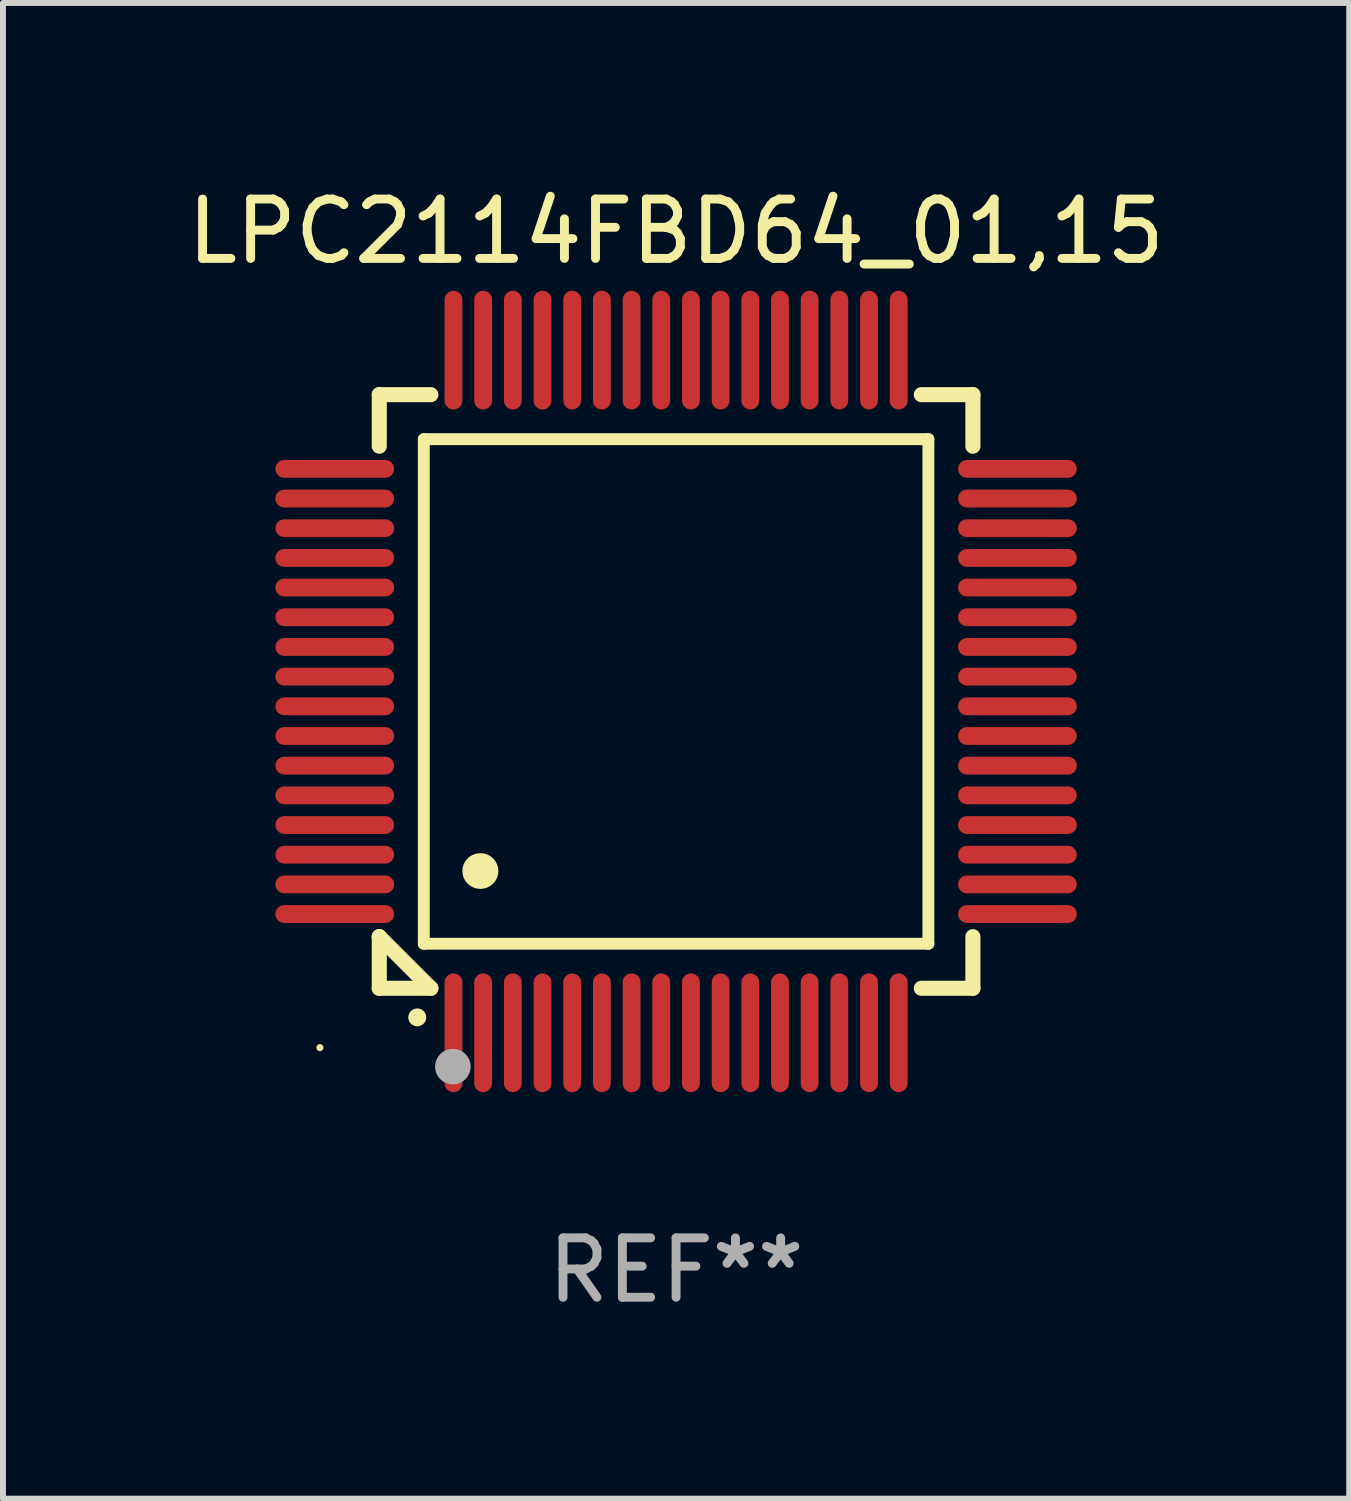
<source format=kicad_pcb>
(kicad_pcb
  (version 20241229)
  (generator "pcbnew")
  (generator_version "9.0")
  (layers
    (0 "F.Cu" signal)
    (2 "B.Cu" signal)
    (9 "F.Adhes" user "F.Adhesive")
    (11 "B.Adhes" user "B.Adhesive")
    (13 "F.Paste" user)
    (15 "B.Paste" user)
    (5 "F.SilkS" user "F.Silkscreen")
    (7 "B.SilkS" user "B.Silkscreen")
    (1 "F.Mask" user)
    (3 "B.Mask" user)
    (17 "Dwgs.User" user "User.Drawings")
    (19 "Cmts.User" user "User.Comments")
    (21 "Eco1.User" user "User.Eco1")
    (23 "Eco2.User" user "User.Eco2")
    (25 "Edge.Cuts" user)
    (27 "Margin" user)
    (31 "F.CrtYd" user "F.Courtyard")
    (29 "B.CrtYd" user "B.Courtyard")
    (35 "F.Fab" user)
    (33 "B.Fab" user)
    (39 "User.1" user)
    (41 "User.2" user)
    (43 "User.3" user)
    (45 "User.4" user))
  (footprint "LPC2114FBD64_01,15"
    (layer "F.Cu")
    (at 8.339 8.598)
    (property "Reference" "LPC2114FBD64_01,15" (at 0 -7.75 0) (layer "F.SilkS") (effects (font (size 1 1) (thickness 0.15))))
    (attr through_hole)
    (fp_line (start -5 -5) (end -4.131 -5) (stroke (width 0.254) (type solid)) (layer "F.SilkS"))
    (fp_line (start -5 -4.131) (end -5 -5) (stroke (width 0.254) (type solid)) (layer "F.SilkS"))
    (fp_line (start -5 4.131) (end -5 4.131) (stroke (width 0.254) (type solid)) (layer "F.SilkS"))
    (fp_line (start -5 5) (end -5 4.131) (stroke (width 0.254) (type solid)) (layer "F.SilkS"))
    (fp_line (start -5 4.131) (end -4.131 5) (stroke (width 0.254) (type solid)) (layer "F.SilkS"))
    (fp_line (start -4.25 -4.25) (end -4.25 4.25) (stroke (width 0.2) (type solid)) (layer "F.SilkS"))
    (fp_line (start -4.25 4.25) (end 4.25 4.25) (stroke (width 0.2) (type solid)) (layer "F.SilkS"))
    (fp_line (start -4.131 5) (end -5 5) (stroke (width 0.254) (type solid)) (layer "F.SilkS"))
    (fp_line (start 4.25 -4.25) (end -4.25 -4.25) (stroke (width 0.2) (type solid)) (layer "F.SilkS"))
    (fp_line (start 4.25 4.25) (end 4.25 -4.25) (stroke (width 0.2) (type solid)) (layer "F.SilkS"))
    (fp_line (start 5 -5) (end 4.131 -5) (stroke (width 0.254) (type solid)) (layer "F.SilkS"))
    (fp_line (start 5 -5) (end 5 -4.131) (stroke (width 0.254) (type solid)) (layer "F.SilkS"))
    (fp_line (start 5 4.131) (end 5 5) (stroke (width 0.254) (type solid)) (layer "F.SilkS"))
    (fp_line (start 5 5) (end 4.131 5) (stroke (width 0.254) (type solid)) (layer "F.SilkS"))
    (fp_arc (start -4.361265 5.489992) (mid -4.359995 5.489987) (end -4.358725 5.489992) (stroke (width 0.3) (type solid)) (layer "F.SilkS"))
    (fp_arc (start -3.299467 3.025146) (mid -3.296927 3.025135) (end -3.294387 3.025146) (stroke (width 0.6) (type solid)) (layer "F.SilkS"))
    (fp_circle (center -6 6) (end -5.97 6) (stroke (width 0.06) (type solid)) (fill no) (layer "F.SilkS"))
    (fp_circle (center -3.76 6.32) (end -3.61 6.32) (stroke (width 0.3) (type solid)) (fill no) (layer "F.Fab"))
    (fp_text user "REF**" (at 0 9.75 0) (layer "F.Fab") (effects (font (size 1 1) (thickness 0.15))))
    (pad "1" smd oval (at -3.75 5.75) (size 0.3 2) (layers "F.Cu" "F.Mask" "F.Paste"))
    (pad "2" smd oval (at -3.25 5.75) (size 0.3 2) (layers "F.Cu" "F.Mask" "F.Paste"))
    (pad "3" smd oval (at -2.75 5.75) (size 0.3 2) (layers "F.Cu" "F.Mask" "F.Paste"))
    (pad "4" smd oval (at -2.25 5.75) (size 0.3 2) (layers "F.Cu" "F.Mask" "F.Paste"))
    (pad "5" smd oval (at -1.75 5.75) (size 0.3 2) (layers "F.Cu" "F.Mask" "F.Paste"))
    (pad "6" smd oval (at -1.25 5.75) (size 0.3 2) (layers "F.Cu" "F.Mask" "F.Paste"))
    (pad "7" smd oval (at -0.75 5.75) (size 0.3 2) (layers "F.Cu" "F.Mask" "F.Paste"))
    (pad "8" smd oval (at -0.25 5.75) (size 0.3 2) (layers "F.Cu" "F.Mask" "F.Paste"))
    (pad "9" smd oval (at 0.25 5.75) (size 0.3 2) (layers "F.Cu" "F.Mask" "F.Paste"))
    (pad "10" smd oval (at 0.75 5.75) (size 0.3 2) (layers "F.Cu" "F.Mask" "F.Paste"))
    (pad "11" smd oval (at 1.25 5.75) (size 0.3 2) (layers "F.Cu" "F.Mask" "F.Paste"))
    (pad "12" smd oval (at 1.75 5.75) (size 0.3 2) (layers "F.Cu" "F.Mask" "F.Paste"))
    (pad "13" smd oval (at 2.25 5.75) (size 0.3 2) (layers "F.Cu" "F.Mask" "F.Paste"))
    (pad "14" smd oval (at 2.75 5.75) (size 0.3 2) (layers "F.Cu" "F.Mask" "F.Paste"))
    (pad "15" smd oval (at 3.25 5.75) (size 0.3 2) (layers "F.Cu" "F.Mask" "F.Paste"))
    (pad "16" smd oval (at 3.75 5.75) (size 0.3 2) (layers "F.Cu" "F.Mask" "F.Paste"))
    (pad "17" smd oval (at 5.75 3.75) (size 2 0.3) (layers "F.Cu" "F.Mask" "F.Paste"))
    (pad "18" smd oval (at 5.75 3.25) (size 2 0.3) (layers "F.Cu" "F.Mask" "F.Paste"))
    (pad "19" smd oval (at 5.75 2.75) (size 2 0.3) (layers "F.Cu" "F.Mask" "F.Paste"))
    (pad "20" smd oval (at 5.75 2.25) (size 2 0.3) (layers "F.Cu" "F.Mask" "F.Paste"))
    (pad "21" smd oval (at 5.75 1.75) (size 2 0.3) (layers "F.Cu" "F.Mask" "F.Paste"))
    (pad "22" smd oval (at 5.75 1.25) (size 2 0.3) (layers "F.Cu" "F.Mask" "F.Paste"))
    (pad "23" smd oval (at 5.75 0.75) (size 2 0.3) (layers "F.Cu" "F.Mask" "F.Paste"))
    (pad "24" smd oval (at 5.75 0.25) (size 2 0.3) (layers "F.Cu" "F.Mask" "F.Paste"))
    (pad "25" smd oval (at 5.75 -0.25) (size 2 0.3) (layers "F.Cu" "F.Mask" "F.Paste"))
    (pad "26" smd oval (at 5.75 -0.75) (size 2 0.3) (layers "F.Cu" "F.Mask" "F.Paste"))
    (pad "27" smd oval (at 5.75 -1.25) (size 2 0.3) (layers "F.Cu" "F.Mask" "F.Paste"))
    (pad "28" smd oval (at 5.75 -1.75) (size 2 0.3) (layers "F.Cu" "F.Mask" "F.Paste"))
    (pad "29" smd oval (at 5.75 -2.25) (size 2 0.3) (layers "F.Cu" "F.Mask" "F.Paste"))
    (pad "30" smd oval (at 5.75 -2.75) (size 2 0.3) (layers "F.Cu" "F.Mask" "F.Paste"))
    (pad "31" smd oval (at 5.75 -3.25) (size 2 0.3) (layers "F.Cu" "F.Mask" "F.Paste"))
    (pad "32" smd oval (at 5.75 -3.75) (size 2 0.3) (layers "F.Cu" "F.Mask" "F.Paste"))
    (pad "33" smd oval (at 3.75 -5.75) (size 0.3 2) (layers "F.Cu" "F.Mask" "F.Paste"))
    (pad "34" smd oval (at 3.25 -5.75) (size 0.3 2) (layers "F.Cu" "F.Mask" "F.Paste"))
    (pad "35" smd oval (at 2.75 -5.75) (size 0.3 2) (layers "F.Cu" "F.Mask" "F.Paste"))
    (pad "36" smd oval (at 2.25 -5.75) (size 0.3 2) (layers "F.Cu" "F.Mask" "F.Paste"))
    (pad "37" smd oval (at 1.75 -5.75) (size 0.3 2) (layers "F.Cu" "F.Mask" "F.Paste"))
    (pad "38" smd oval (at 1.25 -5.75) (size 0.3 2) (layers "F.Cu" "F.Mask" "F.Paste"))
    (pad "39" smd oval (at 0.75 -5.75) (size 0.3 2) (layers "F.Cu" "F.Mask" "F.Paste"))
    (pad "40" smd oval (at 0.25 -5.75) (size 0.3 2) (layers "F.Cu" "F.Mask" "F.Paste"))
    (pad "41" smd oval (at -0.25 -5.75) (size 0.3 2) (layers "F.Cu" "F.Mask" "F.Paste"))
    (pad "42" smd oval (at -0.75 -5.75) (size 0.3 2) (layers "F.Cu" "F.Mask" "F.Paste"))
    (pad "43" smd oval (at -1.25 -5.75) (size 0.3 2) (layers "F.Cu" "F.Mask" "F.Paste"))
    (pad "44" smd oval (at -1.75 -5.75) (size 0.3 2) (layers "F.Cu" "F.Mask" "F.Paste"))
    (pad "45" smd oval (at -2.25 -5.75) (size 0.3 2) (layers "F.Cu" "F.Mask" "F.Paste"))
    (pad "46" smd oval (at -2.75 -5.75) (size 0.3 2) (layers "F.Cu" "F.Mask" "F.Paste"))
    (pad "47" smd oval (at -3.25 -5.75) (size 0.3 2) (layers "F.Cu" "F.Mask" "F.Paste"))
    (pad "48" smd oval (at -3.75 -5.75) (size 0.3 2) (layers "F.Cu" "F.Mask" "F.Paste"))
    (pad "49" smd oval (at -5.75 -3.75) (size 2 0.3) (layers "F.Cu" "F.Mask" "F.Paste"))
    (pad "50" smd oval (at -5.75 -3.25) (size 2 0.3) (layers "F.Cu" "F.Mask" "F.Paste"))
    (pad "51" smd oval (at -5.75 -2.75) (size 2 0.3) (layers "F.Cu" "F.Mask" "F.Paste"))
    (pad "52" smd oval (at -5.75 -2.25) (size 2 0.3) (layers "F.Cu" "F.Mask" "F.Paste"))
    (pad "53" smd oval (at -5.75 -1.75) (size 2 0.3) (layers "F.Cu" "F.Mask" "F.Paste"))
    (pad "54" smd oval (at -5.75 -1.25) (size 2 0.3) (layers "F.Cu" "F.Mask" "F.Paste"))
    (pad "55" smd oval (at -5.75 -0.75) (size 2 0.3) (layers "F.Cu" "F.Mask" "F.Paste"))
    (pad "56" smd oval (at -5.75 -0.25) (size 2 0.3) (layers "F.Cu" "F.Mask" "F.Paste"))
    (pad "57" smd oval (at -5.75 0.25) (size 2 0.3) (layers "F.Cu" "F.Mask" "F.Paste"))
    (pad "58" smd oval (at -5.75 0.75) (size 2 0.3) (layers "F.Cu" "F.Mask" "F.Paste"))
    (pad "59" smd oval (at -5.75 1.25) (size 2 0.3) (layers "F.Cu" "F.Mask" "F.Paste"))
    (pad "60" smd oval (at -5.75 1.75) (size 2 0.3) (layers "F.Cu" "F.Mask" "F.Paste"))
    (pad "61" smd oval (at -5.75 2.25) (size 2 0.3) (layers "F.Cu" "F.Mask" "F.Paste"))
    (pad "62" smd oval (at -5.75 2.75) (size 2 0.3) (layers "F.Cu" "F.Mask" "F.Paste"))
    (pad "63" smd oval (at -5.75 3.25) (size 2 0.3) (layers "F.Cu" "F.Mask" "F.Paste"))
    (pad "64" smd oval (at -5.75 3.75) (size 2 0.3) (layers "F.Cu" "F.Mask" "F.Paste")))
  (gr_rect
    (start -3 -3)
    (end 19.679 22.196)
    (stroke (width 0.1) (type default))
    (fill no)
    (layer "Edge.Cuts")))
</source>
